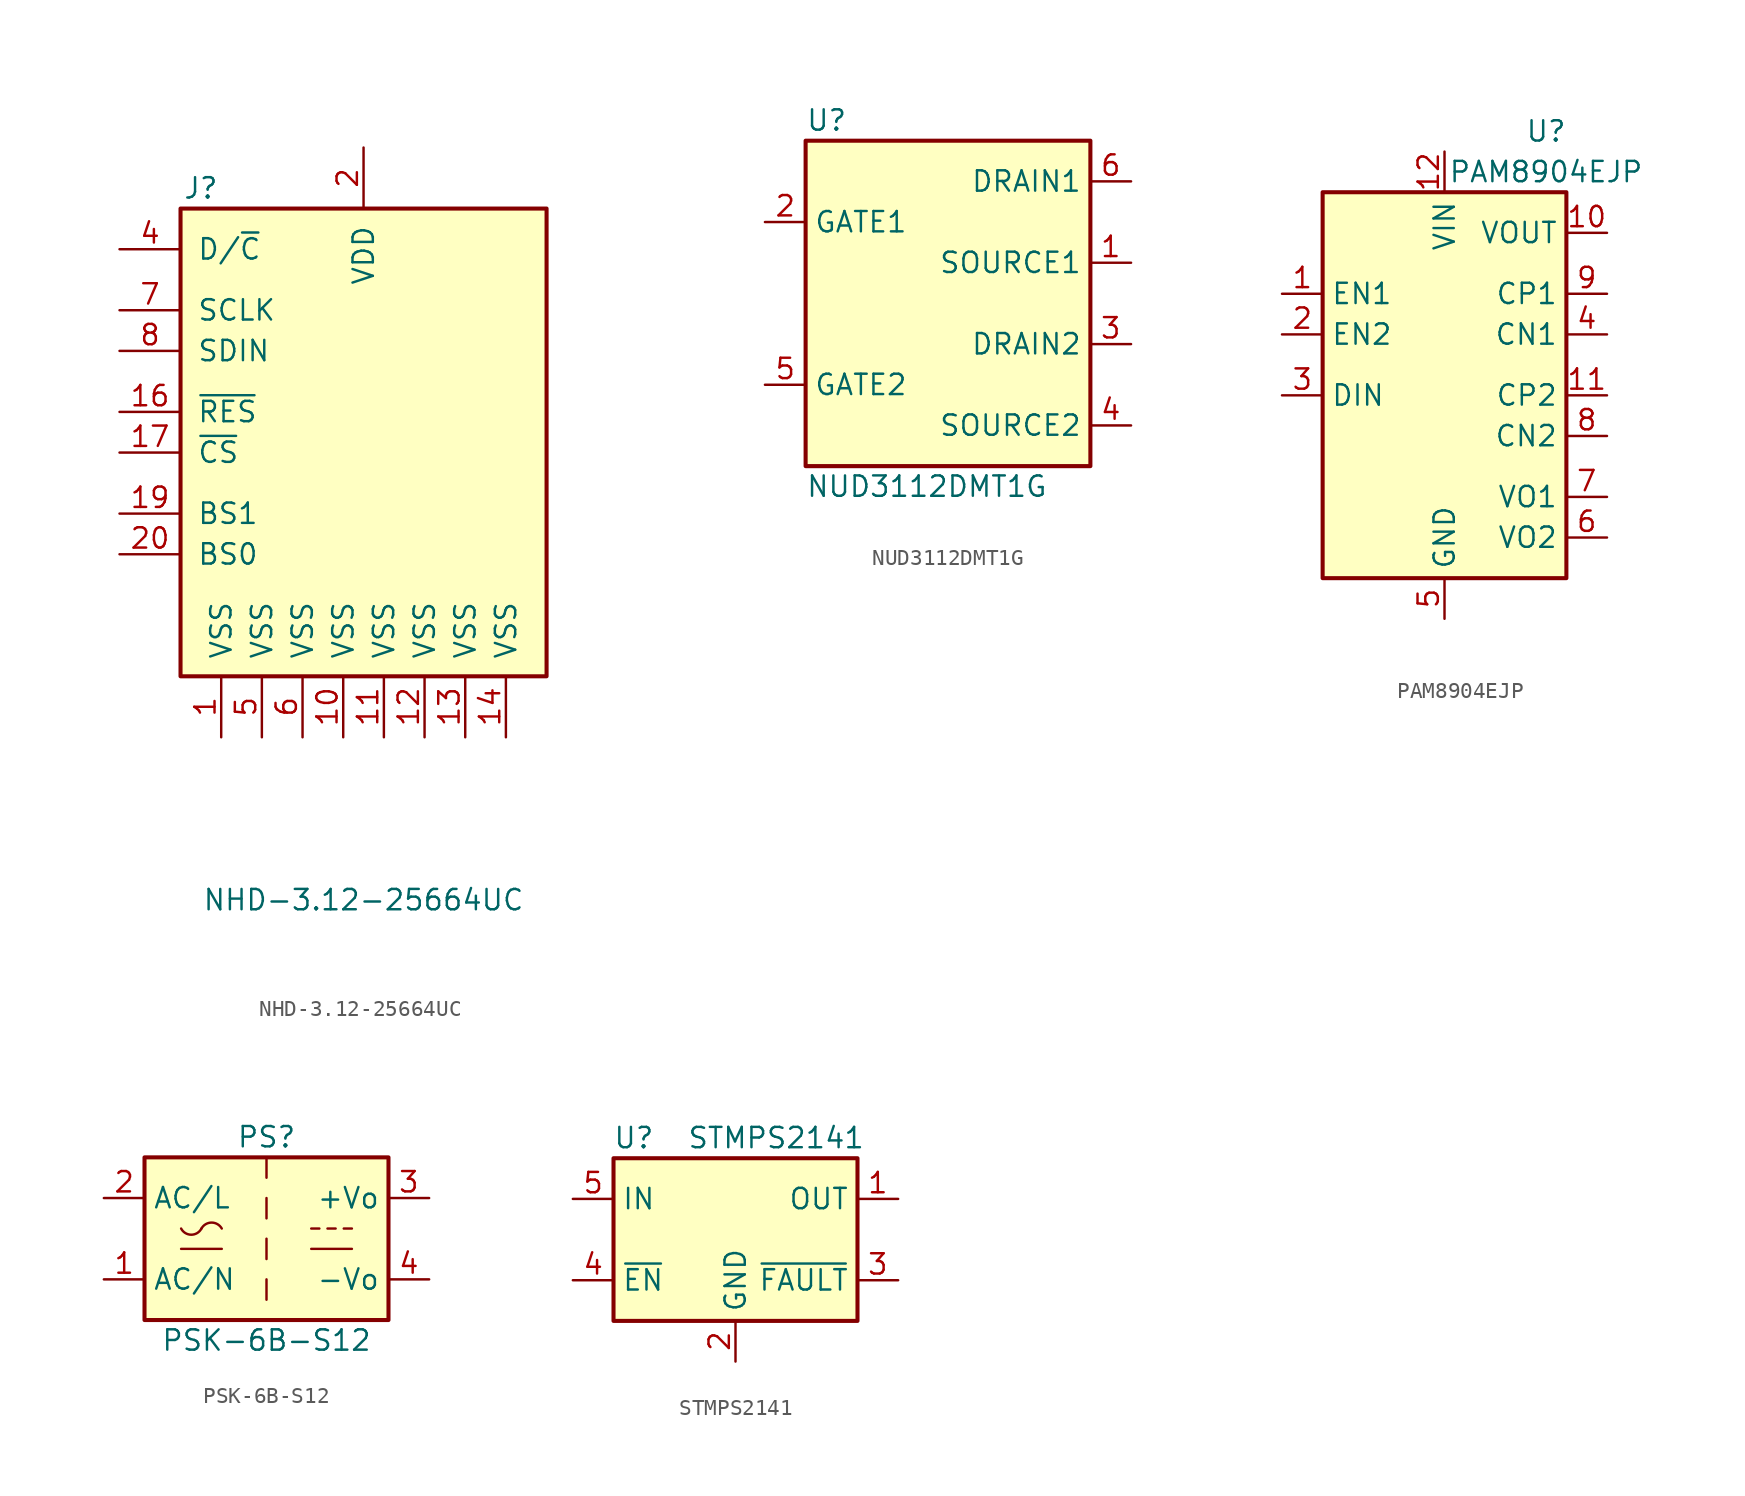
<source format=kicad_sym>
(kicad_symbol_lib
  (version 20211014)
  (generator kicad_symbol_editor)
  (symbol "NHD-3.12-25664UC"
    (pin_names
      (offset 1.016))
    (property "Reference" "J"
      (at -10.16 15.24 0)
      (effects (font (size 1.27 1.27))))
    (property "Value" "NHD-3.12-25664UC"
      (at 0 -29.21 0)
      (effects (font (size 1.27 1.27))))
    (symbol "NHD-3.12-25664UC_1_1"
      (rectangle (start -11.43 13.97) (end 11.43 -15.24) (stroke (width 0.254) (type default) (color 0 0 0 0)) (fill (type background)))
      (pin power_in line (at -8.89 -19.05 90) (length 3.81) (name "VSS" (effects (font (size 1.27 1.27)))) (number "1" (effects (font (size 1.27 1.27)))))
      (pin power_in line (at -1.27 -19.05 90) (length 3.81) (name "VSS" (effects (font (size 1.27 1.27)))) (number "10" (effects (font (size 1.27 1.27)))))
      (pin power_in line (at 1.27 -19.05 90) (length 3.81) (name "VSS" (effects (font (size 1.27 1.27)))) (number "11" (effects (font (size 1.27 1.27)))))
      (pin power_in line (at 3.81 -19.05 90) (length 3.81) (name "VSS" (effects (font (size 1.27 1.27)))) (number "12" (effects (font (size 1.27 1.27)))))
      (pin power_in line (at 6.35 -19.05 90) (length 3.81) (name "VSS" (effects (font (size 1.27 1.27)))) (number "13" (effects (font (size 1.27 1.27)))))
      (pin power_in line (at 8.89 -19.05 90) (length 3.81) (name "VSS" (effects (font (size 1.27 1.27)))) (number "14" (effects (font (size 1.27 1.27)))))
      (pin no_connect line (at 15.24 6.35 180) (length 3.81) hide (name "NC" (effects (font (size 1.27 1.27)))) (number "15" (effects (font (size 1.27 1.27)))))
      (pin input line (at -15.24 1.27 0) (length 3.81) (name "~{RES}" (effects (font (size 1.27 1.27)))) (number "16" (effects (font (size 1.27 1.27)))))
      (pin input line (at -15.24 -1.27 0) (length 3.81) (name "~{CS}" (effects (font (size 1.27 1.27)))) (number "17" (effects (font (size 1.27 1.27)))))
      (pin no_connect line (at 15.24 3.81 180) (length 3.81) hide (name "NC" (effects (font (size 1.27 1.27)))) (number "18" (effects (font (size 1.27 1.27)))))
      (pin input line (at -15.24 -5.08 0) (length 3.81) (name "BS1" (effects (font (size 1.27 1.27)))) (number "19" (effects (font (size 1.27 1.27)))))
      (pin power_in line (at 0 17.78 270) (length 3.81) (name "VDD" (effects (font (size 1.27 1.27)))) (number "2" (effects (font (size 1.27 1.27)))))
      (pin input line (at -15.24 -7.62 0) (length 3.81) (name "BS0" (effects (font (size 1.27 1.27)))) (number "20" (effects (font (size 1.27 1.27)))))
      (pin no_connect line (at 15.24 11.43 180) (length 3.81) hide (name "NC" (effects (font (size 1.27 1.27)))) (number "3" (effects (font (size 1.27 1.27)))))
      (pin input line (at -15.24 11.43 0) (length 3.81) (name "D/~{C}" (effects (font (size 1.27 1.27)))) (number "4" (effects (font (size 1.27 1.27)))))
      (pin power_in line (at -6.35 -19.05 90) (length 3.81) (name "VSS" (effects (font (size 1.27 1.27)))) (number "5" (effects (font (size 1.27 1.27)))))
      (pin power_in line (at -3.81 -19.05 90) (length 3.81) (name "VSS" (effects (font (size 1.27 1.27)))) (number "6" (effects (font (size 1.27 1.27)))))
      (pin input line (at -15.24 7.62 0) (length 3.81) (name "SCLK" (effects (font (size 1.27 1.27)))) (number "7" (effects (font (size 1.27 1.27)))))
      (pin input line (at -15.24 5.08 0) (length 3.81) (name "SDIN" (effects (font (size 1.27 1.27)))) (number "8" (effects (font (size 1.27 1.27)))))
      (pin no_connect line (at 15.24 8.89 180) (length 3.81) hide (name "NC" (effects (font (size 1.27 1.27)))) (number "9" (effects (font (size 1.27 1.27)))))))
  (symbol "NUD3112DMT1G"
    (property "Reference" "U"
      (at -8.89 11.43 0)
      (effects (font (size 1.27 1.27)) (justify left)))
    (property "Value" "NUD3112DMT1G"
      (at -8.89 -11.43 0)
      (effects (font (size 1.27 1.27)) (justify left)))
    (symbol "NUD3112DMT1G_0_1"
      (rectangle (start -8.89 10.16) (end 8.89 -10.16) (stroke (width 0.254) (type default) (color 0 0 0 0)) (fill (type background))))
    (symbol "NUD3112DMT1G_1_1"
      (pin passive line (at 11.43 2.54 180) (length 2.54) (name "SOURCE1" (effects (font (size 1.27 1.27)))) (number "1" (effects (font (size 1.27 1.27)))))
      (pin input line (at -11.43 5.08 0) (length 2.54) (name "GATE1" (effects (font (size 1.27 1.27)))) (number "2" (effects (font (size 1.27 1.27)))))
      (pin passive line (at 11.43 -2.54 180) (length 2.54) (name "DRAIN2" (effects (font (size 1.27 1.27)))) (number "3" (effects (font (size 1.27 1.27)))))
      (pin passive line (at 11.43 -7.62 180) (length 2.54) (name "SOURCE2" (effects (font (size 1.27 1.27)))) (number "4" (effects (font (size 1.27 1.27)))))
      (pin input line (at -11.43 -5.08 0) (length 2.54) (name "GATE2" (effects (font (size 1.27 1.27)))) (number "5" (effects (font (size 1.27 1.27)))))
      (pin passive line (at 11.43 7.62 180) (length 2.54) (name "DRAIN1" (effects (font (size 1.27 1.27)))) (number "6" (effects (font (size 1.27 1.27)))))))
  (symbol "PAM8904EJP"
    (property "Reference" "U"
      (at 6.35 15.24 0)
      (effects (font (size 1.27 1.27))))
    (property "Value" "PAM8904EJP"
      (at 6.35 12.7 0)
      (effects (font (size 1.27 1.27))))
    (symbol "PAM8904EJP_0_1"
      (rectangle (start -7.62 11.43) (end 7.62 -12.7) (stroke (width 0.254) (type default) (color 0 0 0 0)) (fill (type background))))
    (symbol "PAM8904EJP_1_1"
      (pin input line (at -10.16 5.08 0) (length 2.54) (name "EN1" (effects (font (size 1.27 1.27)))) (number "1" (effects (font (size 1.27 1.27)))))
      (pin output line (at 10.16 8.89 180) (length 2.54) (name "VOUT" (effects (font (size 1.27 1.27)))) (number "10" (effects (font (size 1.27 1.27)))))
      (pin input line (at 10.16 -1.27 180) (length 2.54) (name "CP2" (effects (font (size 1.27 1.27)))) (number "11" (effects (font (size 1.27 1.27)))))
      (pin power_in line (at 0 13.97 270) (length 2.54) (name "VIN" (effects (font (size 1.27 1.27)))) (number "12" (effects (font (size 1.27 1.27)))))
      (pin input line (at -10.16 2.54 0) (length 2.54) (name "EN2" (effects (font (size 1.27 1.27)))) (number "2" (effects (font (size 1.27 1.27)))))
      (pin input line (at -10.16 -1.27 0) (length 2.54) (name "DIN" (effects (font (size 1.27 1.27)))) (number "3" (effects (font (size 1.27 1.27)))))
      (pin input line (at 10.16 2.54 180) (length 2.54) (name "CN1" (effects (font (size 1.27 1.27)))) (number "4" (effects (font (size 1.27 1.27)))))
      (pin power_in line (at 0 -15.24 90) (length 2.54) (name "GND" (effects (font (size 1.27 1.27)))) (number "5" (effects (font (size 1.27 1.27)))))
      (pin output line (at 10.16 -10.16 180) (length 2.54) (name "VO2" (effects (font (size 1.27 1.27)))) (number "6" (effects (font (size 1.27 1.27)))))
      (pin output line (at 10.16 -7.62 180) (length 2.54) (name "VO1" (effects (font (size 1.27 1.27)))) (number "7" (effects (font (size 1.27 1.27)))))
      (pin input line (at 10.16 -3.81 180) (length 2.54) (name "CN2" (effects (font (size 1.27 1.27)))) (number "8" (effects (font (size 1.27 1.27)))))
      (pin input line (at 10.16 5.08 180) (length 2.54) (name "CP1" (effects (font (size 1.27 1.27)))) (number "9" (effects (font (size 1.27 1.27)))))))
  (symbol "PSK-6B-S12"
    (property "Reference" "PS"
      (at 0 6.35 0)
      (effects (font (size 1.27 1.27))))
    (property "Value" "PSK-6B-S12"
      (at 0 -6.35 0)
      (effects (font (size 1.27 1.27))))
    (symbol "PSK-6B-S12_0_1"
      (rectangle (start -7.62 5.08) (end 7.62 -5.08) (stroke (width 0.254) (type default) (color 0 0 0 0)) (fill (type background)))
      (arc (start -5.334 0.635) (mid -4.699 0.2495) (end -4.064 0.635) (stroke (width 0) (type default) (color 0 0 0 0)) (fill (type none)))
      (arc (start -2.794 0.635) (mid -3.429 1.0072) (end -4.064 0.635) (stroke (width 0) (type default) (color 0 0 0 0)) (fill (type none)))
      (polyline (pts (xy -5.334 -0.635) (xy -2.794 -0.635)) (stroke (width 0) (type default) (color 0 0 0 0)) (fill (type none)))
      (polyline (pts (xy 0 -2.54) (xy 0 -3.81)) (stroke (width 0) (type default) (color 0 0 0 0)) (fill (type none)))
      (polyline (pts (xy 0 0) (xy 0 -1.27)) (stroke (width 0) (type default) (color 0 0 0 0)) (fill (type none)))
      (polyline (pts (xy 0 2.54) (xy 0 1.27)) (stroke (width 0) (type default) (color 0 0 0 0)) (fill (type none)))
      (polyline (pts (xy 0 5.08) (xy 0 3.81)) (stroke (width 0) (type default) (color 0 0 0 0)) (fill (type none)))
      (polyline (pts (xy 2.794 -0.635) (xy 5.334 -0.635)) (stroke (width 0) (type default) (color 0 0 0 0)) (fill (type none)))
      (polyline (pts (xy 2.794 0.635) (xy 3.302 0.635)) (stroke (width 0) (type default) (color 0 0 0 0)) (fill (type none)))
      (polyline (pts (xy 3.81 0.635) (xy 4.318 0.635)) (stroke (width 0) (type default) (color 0 0 0 0)) (fill (type none)))
      (polyline (pts (xy 4.826 0.635) (xy 5.334 0.635)) (stroke (width 0) (type default) (color 0 0 0 0)) (fill (type none))))
    (symbol "PSK-6B-S12_1_1"
      (pin power_in line (at -10.16 -2.54 0) (length 2.54) (name "AC/N" (effects (font (size 1.27 1.27)))) (number "1" (effects (font (size 1.27 1.27)))))
      (pin power_in line (at -10.16 2.54 0) (length 2.54) (name "AC/L" (effects (font (size 1.27 1.27)))) (number "2" (effects (font (size 1.27 1.27)))))
      (pin power_out line (at 10.16 2.54 180) (length 2.54) (name "+Vo" (effects (font (size 1.27 1.27)))) (number "3" (effects (font (size 1.27 1.27)))))
      (pin power_out line (at 10.16 -2.54 180) (length 2.54) (name "-Vo" (effects (font (size 1.27 1.27)))) (number "4" (effects (font (size 1.27 1.27)))))))
  (symbol "STMPS2141"
    (property "Reference" "U"
      (at -6.35 6.35 0)
      (effects (font (size 1.27 1.27))))
    (property "Value" "STMPS2141"
      (at 2.54 6.35 0)
      (effects (font (size 1.27 1.27))))
    (symbol "STMPS2141_0_1"
      (rectangle (start -7.62 5.08) (end 7.62 -5.08) (stroke (width 0.254) (type default) (color 0 0 0 0)) (fill (type background))))
    (symbol "STMPS2141_1_1"
      (pin power_out line (at 10.16 2.54 180) (length 2.54) (name "OUT" (effects (font (size 1.27 1.27)))) (number "1" (effects (font (size 1.27 1.27)))))
      (pin power_in line (at 0 -7.62 90) (length 2.54) (name "GND" (effects (font (size 1.27 1.27)))) (number "2" (effects (font (size 1.27 1.27)))))
      (pin open_collector line (at 10.16 -2.54 180) (length 2.54) (name "~{FAULT}" (effects (font (size 1.27 1.27)))) (number "3" (effects (font (size 1.27 1.27)))))
      (pin input line (at -10.16 -2.54 0) (length 2.54) (name "~{EN}" (effects (font (size 1.27 1.27)))) (number "4" (effects (font (size 1.27 1.27)))))
      (pin power_in line (at -10.16 2.54 0) (length 2.54) (name "IN" (effects (font (size 1.27 1.27)))) (number "5" (effects (font (size 1.27 1.27))))))))
</source>
